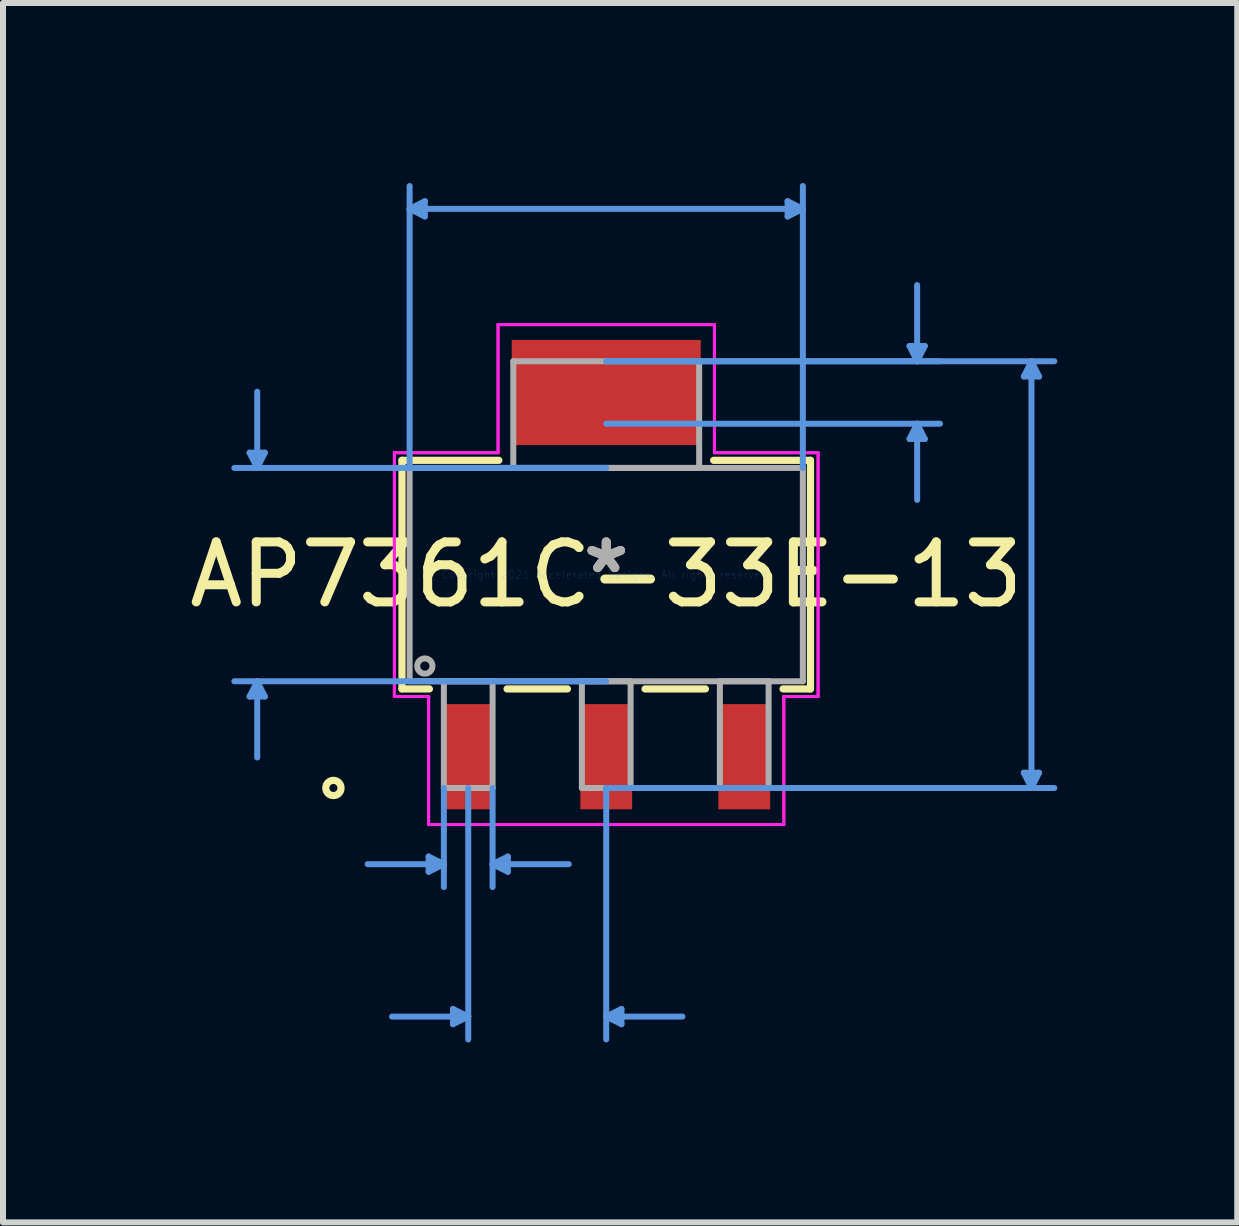
<source format=kicad_pcb>
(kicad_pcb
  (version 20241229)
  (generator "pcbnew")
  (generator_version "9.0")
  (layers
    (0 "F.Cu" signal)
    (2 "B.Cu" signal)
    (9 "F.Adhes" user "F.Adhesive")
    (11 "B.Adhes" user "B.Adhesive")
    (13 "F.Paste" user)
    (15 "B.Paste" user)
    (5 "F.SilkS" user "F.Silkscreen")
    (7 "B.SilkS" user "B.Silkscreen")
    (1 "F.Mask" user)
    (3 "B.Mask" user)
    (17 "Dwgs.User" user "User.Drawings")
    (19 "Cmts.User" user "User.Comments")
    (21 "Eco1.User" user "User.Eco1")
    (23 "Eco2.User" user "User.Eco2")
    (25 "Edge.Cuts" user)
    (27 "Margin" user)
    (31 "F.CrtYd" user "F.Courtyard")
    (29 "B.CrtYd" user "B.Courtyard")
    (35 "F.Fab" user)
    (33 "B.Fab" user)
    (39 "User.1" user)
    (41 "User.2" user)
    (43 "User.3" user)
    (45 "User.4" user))
  (footprint "AP7361C-33E-13"
    (layer "F.Cu")
    (at 7.054 6.527)
    (property "Reference" "AP7361C-33E-13" (at 0 0 0) (layer "F.SilkS") (effects (font (size 1 1) (thickness 0.15))))
    (attr through_hole)
    (fp_line (start -3.404 -1.905) (end -3.404 1.905) (stroke (width 0.12) (type solid)) (layer "F.SilkS"))
    (fp_line (start -3.404 1.905) (end -2.947 1.905) (stroke (width 0.12) (type solid)) (layer "F.SilkS"))
    (fp_line (start -1.79 -1.905) (end -3.404 -1.905) (stroke (width 0.12) (type solid)) (layer "F.SilkS"))
    (fp_line (start -1.653 1.905) (end -0.647 1.905) (stroke (width 0.12) (type solid)) (layer "F.SilkS"))
    (fp_line (start 0.647 1.905) (end 1.653 1.905) (stroke (width 0.12) (type solid)) (layer "F.SilkS"))
    (fp_line (start 2.947 1.905) (end 3.404 1.905) (stroke (width 0.12) (type solid)) (layer "F.SilkS"))
    (fp_line (start 3.404 -1.905) (end 1.79 -1.905) (stroke (width 0.12) (type solid)) (layer "F.SilkS"))
    (fp_line (start 3.404 1.905) (end 3.404 -1.905) (stroke (width 0.12) (type solid)) (layer "F.SilkS"))
    (fp_circle (center -4.547 3.556) (end -4.42 3.556) (stroke (width 0.12) (type solid)) (fill no) (layer "F.SilkS"))
    (fp_line (start -5.944 -2.032) (end -5.69 -2.032) (stroke (width 0.1) (type solid)) (layer "Cmts.User"))
    (fp_line (start -5.944 2.032) (end -5.69 2.032) (stroke (width 0.1) (type solid)) (layer "Cmts.User"))
    (fp_line (start -5.817 -1.778) (end -5.944 -2.032) (stroke (width 0.1) (type solid)) (layer "Cmts.User"))
    (fp_line (start -5.817 -1.778) (end -5.817 -3.048) (stroke (width 0.1) (type solid)) (layer "Cmts.User"))
    (fp_line (start -5.817 -1.778) (end -5.69 -2.032) (stroke (width 0.1) (type solid)) (layer "Cmts.User"))
    (fp_line (start -5.817 1.778) (end -5.944 2.032) (stroke (width 0.1) (type solid)) (layer "Cmts.User"))
    (fp_line (start -5.817 1.778) (end -5.817 3.048) (stroke (width 0.1) (type solid)) (layer "Cmts.User"))
    (fp_line (start -5.817 1.778) (end -5.69 2.032) (stroke (width 0.1) (type solid)) (layer "Cmts.User"))
    (fp_line (start -3.277 -6.096) (end -3.023 -6.223) (stroke (width 0.1) (type solid)) (layer "Cmts.User"))
    (fp_line (start -3.277 -6.096) (end -3.023 -5.969) (stroke (width 0.1) (type solid)) (layer "Cmts.User"))
    (fp_line (start -3.277 -6.096) (end 3.277 -6.096) (stroke (width 0.1) (type solid)) (layer "Cmts.User"))
    (fp_line (start -3.277 -1.778) (end -3.277 -6.477) (stroke (width 0.1) (type solid)) (layer "Cmts.User"))
    (fp_line (start -3.023 -6.223) (end -3.023 -5.969) (stroke (width 0.1) (type solid)) (layer "Cmts.User"))
    (fp_line (start -2.96 4.699) (end -2.96 4.953) (stroke (width 0.1) (type solid)) (layer "Cmts.User"))
    (fp_line (start -2.706 3.556) (end -2.706 5.207) (stroke (width 0.1) (type solid)) (layer "Cmts.User"))
    (fp_line (start -2.706 4.826) (end -3.976 4.826) (stroke (width 0.1) (type solid)) (layer "Cmts.User"))
    (fp_line (start -2.706 4.826) (end -2.96 4.699) (stroke (width 0.1) (type solid)) (layer "Cmts.User"))
    (fp_line (start -2.706 4.826) (end -2.96 4.953) (stroke (width 0.1) (type solid)) (layer "Cmts.User"))
    (fp_line (start -2.554 7.239) (end -2.554 7.493) (stroke (width 0.1) (type solid)) (layer "Cmts.User"))
    (fp_line (start -2.3 3.556) (end -2.3 7.747) (stroke (width 0.1) (type solid)) (layer "Cmts.User"))
    (fp_line (start -2.3 7.366) (end -3.57 7.366) (stroke (width 0.1) (type solid)) (layer "Cmts.User"))
    (fp_line (start -2.3 7.366) (end -2.554 7.239) (stroke (width 0.1) (type solid)) (layer "Cmts.User"))
    (fp_line (start -2.3 7.366) (end -2.554 7.493) (stroke (width 0.1) (type solid)) (layer "Cmts.User"))
    (fp_line (start -1.894 3.556) (end -1.894 5.207) (stroke (width 0.1) (type solid)) (layer "Cmts.User"))
    (fp_line (start -1.894 4.826) (end -1.64 4.699) (stroke (width 0.1) (type solid)) (layer "Cmts.User"))
    (fp_line (start -1.894 4.826) (end -1.64 4.953) (stroke (width 0.1) (type solid)) (layer "Cmts.User"))
    (fp_line (start -1.894 4.826) (end -0.624 4.826) (stroke (width 0.1) (type solid)) (layer "Cmts.User"))
    (fp_line (start -1.64 4.699) (end -1.64 4.953) (stroke (width 0.1) (type solid)) (layer "Cmts.User"))
    (fp_line (start 0 -3.556) (end 5.563 -3.556) (stroke (width 0.1) (type solid)) (layer "Cmts.User"))
    (fp_line (start 0 -3.556) (end 7.468 -3.556) (stroke (width 0.1) (type solid)) (layer "Cmts.User"))
    (fp_line (start 0 -2.515) (end 5.563 -2.515) (stroke (width 0.1) (type solid)) (layer "Cmts.User"))
    (fp_line (start 0 -1.778) (end -6.198 -1.778) (stroke (width 0.1) (type solid)) (layer "Cmts.User"))
    (fp_line (start 0 1.778) (end -6.198 1.778) (stroke (width 0.1) (type solid)) (layer "Cmts.User"))
    (fp_line (start 0 3.556) (end 0 7.747) (stroke (width 0.1) (type solid)) (layer "Cmts.User"))
    (fp_line (start 0 3.556) (end 7.468 3.556) (stroke (width 0.1) (type solid)) (layer "Cmts.User"))
    (fp_line (start 0 7.366) (end 0.254 7.239) (stroke (width 0.1) (type solid)) (layer "Cmts.User"))
    (fp_line (start 0 7.366) (end 0.254 7.493) (stroke (width 0.1) (type solid)) (layer "Cmts.User"))
    (fp_line (start 0 7.366) (end 1.27 7.366) (stroke (width 0.1) (type solid)) (layer "Cmts.User"))
    (fp_line (start 0.254 7.239) (end 0.254 7.493) (stroke (width 0.1) (type solid)) (layer "Cmts.User"))
    (fp_line (start 3.023 -6.223) (end 3.023 -5.969) (stroke (width 0.1) (type solid)) (layer "Cmts.User"))
    (fp_line (start 3.277 -6.096) (end 3.023 -6.223) (stroke (width 0.1) (type solid)) (layer "Cmts.User"))
    (fp_line (start 3.277 -6.096) (end 3.023 -5.969) (stroke (width 0.1) (type solid)) (layer "Cmts.User"))
    (fp_line (start 3.277 -1.778) (end 3.277 -6.477) (stroke (width 0.1) (type solid)) (layer "Cmts.User"))
    (fp_line (start 5.055 -3.81) (end 5.309 -3.81) (stroke (width 0.1) (type solid)) (layer "Cmts.User"))
    (fp_line (start 5.055 -2.261) (end 5.309 -2.261) (stroke (width 0.1) (type solid)) (layer "Cmts.User"))
    (fp_line (start 5.182 -3.556) (end 5.055 -3.81) (stroke (width 0.1) (type solid)) (layer "Cmts.User"))
    (fp_line (start 5.182 -3.556) (end 5.182 -4.826) (stroke (width 0.1) (type solid)) (layer "Cmts.User"))
    (fp_line (start 5.182 -3.556) (end 5.309 -3.81) (stroke (width 0.1) (type solid)) (layer "Cmts.User"))
    (fp_line (start 5.182 -2.515) (end 5.055 -2.261) (stroke (width 0.1) (type solid)) (layer "Cmts.User"))
    (fp_line (start 5.182 -2.515) (end 5.182 -1.245) (stroke (width 0.1) (type solid)) (layer "Cmts.User"))
    (fp_line (start 5.182 -2.515) (end 5.309 -2.261) (stroke (width 0.1) (type solid)) (layer "Cmts.User"))
    (fp_line (start 6.96 -3.302) (end 7.214 -3.302) (stroke (width 0.1) (type solid)) (layer "Cmts.User"))
    (fp_line (start 6.96 3.302) (end 7.214 3.302) (stroke (width 0.1) (type solid)) (layer "Cmts.User"))
    (fp_line (start 7.087 -3.556) (end 6.96 -3.302) (stroke (width 0.1) (type solid)) (layer "Cmts.User"))
    (fp_line (start 7.087 -3.556) (end 7.087 3.556) (stroke (width 0.1) (type solid)) (layer "Cmts.User"))
    (fp_line (start 7.087 -3.556) (end 7.214 -3.302) (stroke (width 0.1) (type solid)) (layer "Cmts.User"))
    (fp_line (start 7.087 3.556) (end 6.96 3.302) (stroke (width 0.1) (type solid)) (layer "Cmts.User"))
    (fp_line (start 7.087 3.556) (end 7.214 3.302) (stroke (width 0.1) (type solid)) (layer "Cmts.User"))
    (fp_line (start -3.531 -2.032) (end -1.803 -2.032) (stroke (width 0.05) (type solid)) (layer "F.CrtYd"))
    (fp_line (start -3.531 -2.032) (end -1.803 -2.032) (stroke (width 0.05) (type solid)) (layer "F.CrtYd"))
    (fp_line (start -3.531 2.032) (end -3.531 -2.032) (stroke (width 0.05) (type solid)) (layer "F.CrtYd"))
    (fp_line (start -3.531 2.032) (end -3.531 -2.032) (stroke (width 0.05) (type solid)) (layer "F.CrtYd"))
    (fp_line (start -2.96 2.032) (end -3.531 2.032) (stroke (width 0.05) (type solid)) (layer "F.CrtYd"))
    (fp_line (start -2.96 2.032) (end -3.531 2.032) (stroke (width 0.05) (type solid)) (layer "F.CrtYd"))
    (fp_line (start -2.96 4.166) (end -2.96 2.032) (stroke (width 0.05) (type solid)) (layer "F.CrtYd"))
    (fp_line (start -2.96 4.166) (end -2.96 2.032) (stroke (width 0.05) (type solid)) (layer "F.CrtYd"))
    (fp_line (start -1.803 -4.166) (end 1.803 -4.166) (stroke (width 0.05) (type solid)) (layer "F.CrtYd"))
    (fp_line (start -1.803 -4.166) (end 1.803 -4.166) (stroke (width 0.05) (type solid)) (layer "F.CrtYd"))
    (fp_line (start -1.803 -2.032) (end -1.803 -4.166) (stroke (width 0.05) (type solid)) (layer "F.CrtYd"))
    (fp_line (start -1.803 -2.032) (end -1.803 -4.166) (stroke (width 0.05) (type solid)) (layer "F.CrtYd"))
    (fp_line (start 1.803 -4.166) (end 1.803 -2.032) (stroke (width 0.05) (type solid)) (layer "F.CrtYd"))
    (fp_line (start 1.803 -4.166) (end 1.803 -2.032) (stroke (width 0.05) (type solid)) (layer "F.CrtYd"))
    (fp_line (start 1.803 -2.032) (end 3.531 -2.032) (stroke (width 0.05) (type solid)) (layer "F.CrtYd"))
    (fp_line (start 1.803 -2.032) (end 3.531 -2.032) (stroke (width 0.05) (type solid)) (layer "F.CrtYd"))
    (fp_line (start 2.96 2.032) (end 2.96 4.166) (stroke (width 0.05) (type solid)) (layer "F.CrtYd"))
    (fp_line (start 2.96 2.032) (end 2.96 4.166) (stroke (width 0.05) (type solid)) (layer "F.CrtYd"))
    (fp_line (start 2.96 4.166) (end -2.96 4.166) (stroke (width 0.05) (type solid)) (layer "F.CrtYd"))
    (fp_line (start 2.96 4.166) (end -2.96 4.166) (stroke (width 0.05) (type solid)) (layer "F.CrtYd"))
    (fp_line (start 3.531 -2.032) (end 3.531 2.032) (stroke (width 0.05) (type solid)) (layer "F.CrtYd"))
    (fp_line (start 3.531 -2.032) (end 3.531 2.032) (stroke (width 0.05) (type solid)) (layer "F.CrtYd"))
    (fp_line (start 3.531 2.032) (end 2.96 2.032) (stroke (width 0.05) (type solid)) (layer "F.CrtYd"))
    (fp_line (start 3.531 2.032) (end 2.96 2.032) (stroke (width 0.05) (type solid)) (layer "F.CrtYd"))
    (fp_line (start -3.277 -1.778) (end -3.277 1.778) (stroke (width 0.1) (type solid)) (layer "F.Fab"))
    (fp_line (start -3.277 1.778) (end 3.277 1.778) (stroke (width 0.1) (type solid)) (layer "F.Fab"))
    (fp_line (start -2.706 1.778) (end -2.706 3.556) (stroke (width 0.1) (type solid)) (layer "F.Fab"))
    (fp_line (start -2.706 3.556) (end -1.894 3.556) (stroke (width 0.1) (type solid)) (layer "F.Fab"))
    (fp_line (start -1.894 1.778) (end -2.706 1.778) (stroke (width 0.1) (type solid)) (layer "F.Fab"))
    (fp_line (start -1.894 3.556) (end -1.894 1.778) (stroke (width 0.1) (type solid)) (layer "F.Fab"))
    (fp_line (start -1.549 -3.556) (end -1.549 -1.778) (stroke (width 0.1) (type solid)) (layer "F.Fab"))
    (fp_line (start -1.549 -1.778) (end 1.549 -1.778) (stroke (width 0.1) (type solid)) (layer "F.Fab"))
    (fp_line (start -0.406 1.778) (end -0.406 3.556) (stroke (width 0.1) (type solid)) (layer "F.Fab"))
    (fp_line (start -0.406 3.556) (end 0.406 3.556) (stroke (width 0.1) (type solid)) (layer "F.Fab"))
    (fp_line (start 0.406 1.778) (end -0.406 1.778) (stroke (width 0.1) (type solid)) (layer "F.Fab"))
    (fp_line (start 0.406 3.556) (end 0.406 1.778) (stroke (width 0.1) (type solid)) (layer "F.Fab"))
    (fp_line (start 1.549 -3.556) (end -1.549 -3.556) (stroke (width 0.1) (type solid)) (layer "F.Fab"))
    (fp_line (start 1.549 -1.778) (end 1.549 -3.556) (stroke (width 0.1) (type solid)) (layer "F.Fab"))
    (fp_line (start 1.894 1.778) (end 1.894 3.556) (stroke (width 0.1) (type solid)) (layer "F.Fab"))
    (fp_line (start 1.894 3.556) (end 2.706 3.556) (stroke (width 0.1) (type solid)) (layer "F.Fab"))
    (fp_line (start 2.706 1.778) (end 1.894 1.778) (stroke (width 0.1) (type solid)) (layer "F.Fab"))
    (fp_line (start 2.706 3.556) (end 2.706 1.778) (stroke (width 0.1) (type solid)) (layer "F.Fab"))
    (fp_line (start 3.277 -1.778) (end -3.277 -1.778) (stroke (width 0.1) (type solid)) (layer "F.Fab"))
    (fp_line (start 3.277 1.778) (end 3.277 -1.778) (stroke (width 0.1) (type solid)) (layer "F.Fab"))
    (fp_circle (center -3.023 1.524) (end -2.896 1.524) (stroke (width 0.1) (type solid)) (fill no) (layer "F.Fab"))
    (fp_text user "*" (at 0 0 0) (layer "F.SilkS") (effects (font (size 1 1) (thickness 0.15))))
    (fp_text user "Copyright 2021 Accelerated Designs. All rights reserved." (at 0 0 0) (layer "Cmts.User") (effects (font (size 0.127 0.127) (thickness 0.002))))
    (fp_text user "*" (at 0 0 0) (layer "F.Fab") (effects (font (size 1 1) (thickness 0.15))))
    (pad "1" smd rect (at -2.3 3.035) (size 0.864 1.753) (layers "F.Cu" "F.Mask" "F.Paste"))
    (pad "2" smd rect (at 0 3.035) (size 0.864 1.753) (layers "F.Cu" "F.Mask" "F.Paste"))
    (pad "3" smd rect (at 2.3 3.035) (size 0.864 1.753) (layers "F.Cu" "F.Mask" "F.Paste"))
    (pad "4" smd rect (at 0 -3.035) (size 3.15 1.753) (layers "F.Cu" "F.Mask" "F.Paste")))
  (gr_rect
    (start -3 -3)
    (end 17.571 17.324)
    (stroke (width 0.1) (type default))
    (fill no)
    (layer "Edge.Cuts")))
</source>
